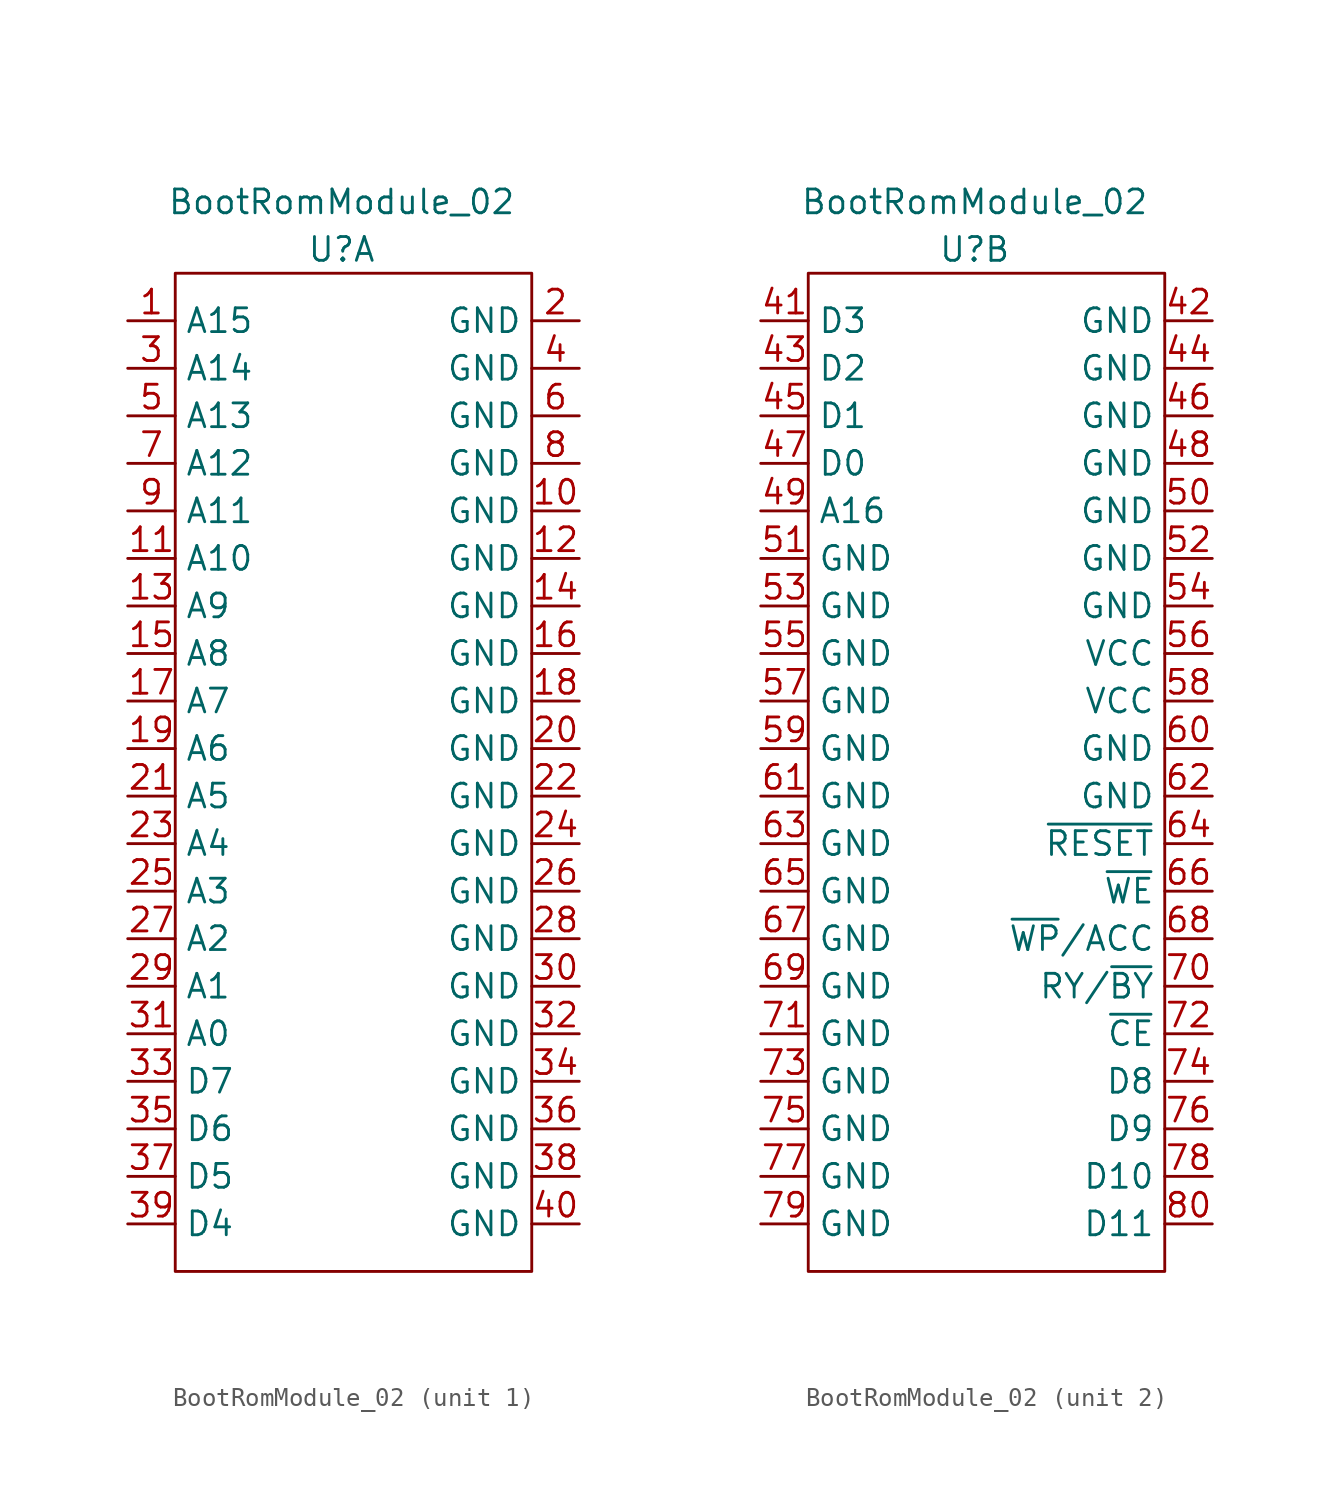
<source format=kicad_sym>
(kicad_symbol_lib
  (version 20220914)
  (generator kicad_symbol_editor)
  (symbol "BootRomModule_02"
    (property "Reference" "U"
      (at 0 34.29 0)
      (effects (font (size 1.27 1.27))))
    (property "Value" "BootRomModule_02"
      (at 0 36.83 0)
      (effects (font (size 1.27 1.27))))
    (property "ki_locked" ""
      (at 0 0 0)
      (effects (font (size 1.27 1.27))))
    (symbol "BootRomModule_02_0_1"
      (rectangle (start -8.89 33.02) (end 10.16 -20.32) (stroke (width 0) (type default)) (fill (type none))))
    (symbol "BootRomModule_02_1_1"
      (pin input line (at -11.43 30.48 0) (length 2.54) (name "A15" (effects (font (size 1.27 1.27)))) (number "1" (effects (font (size 1.27 1.27)))))
      (pin input line (at 12.7 20.32 180) (length 2.54) (name "GND" (effects (font (size 1.27 1.27)))) (number "10" (effects (font (size 1.27 1.27)))))
      (pin input line (at -11.43 17.78 0) (length 2.54) (name "A10" (effects (font (size 1.27 1.27)))) (number "11" (effects (font (size 1.27 1.27)))))
      (pin input line (at 12.7 17.78 180) (length 2.54) (name "GND" (effects (font (size 1.27 1.27)))) (number "12" (effects (font (size 1.27 1.27)))))
      (pin input line (at -11.43 15.24 0) (length 2.54) (name "A9" (effects (font (size 1.27 1.27)))) (number "13" (effects (font (size 1.27 1.27)))))
      (pin input line (at 12.7 15.24 180) (length 2.54) (name "GND" (effects (font (size 1.27 1.27)))) (number "14" (effects (font (size 1.27 1.27)))))
      (pin input line (at -11.43 12.7 0) (length 2.54) (name "A8" (effects (font (size 1.27 1.27)))) (number "15" (effects (font (size 1.27 1.27)))))
      (pin input line (at 12.7 12.7 180) (length 2.54) (name "GND" (effects (font (size 1.27 1.27)))) (number "16" (effects (font (size 1.27 1.27)))))
      (pin input line (at -11.43 10.16 0) (length 2.54) (name "A7" (effects (font (size 1.27 1.27)))) (number "17" (effects (font (size 1.27 1.27)))))
      (pin input line (at 12.7 10.16 180) (length 2.54) (name "GND" (effects (font (size 1.27 1.27)))) (number "18" (effects (font (size 1.27 1.27)))))
      (pin input line (at -11.43 7.62 0) (length 2.54) (name "A6" (effects (font (size 1.27 1.27)))) (number "19" (effects (font (size 1.27 1.27)))))
      (pin input line (at 12.7 30.48 180) (length 2.54) (name "GND" (effects (font (size 1.27 1.27)))) (number "2" (effects (font (size 1.27 1.27)))))
      (pin input line (at 12.7 7.62 180) (length 2.54) (name "GND" (effects (font (size 1.27 1.27)))) (number "20" (effects (font (size 1.27 1.27)))))
      (pin input line (at -11.43 5.08 0) (length 2.54) (name "A5" (effects (font (size 1.27 1.27)))) (number "21" (effects (font (size 1.27 1.27)))))
      (pin input line (at 12.7 5.08 180) (length 2.54) (name "GND" (effects (font (size 1.27 1.27)))) (number "22" (effects (font (size 1.27 1.27)))))
      (pin input line (at -11.43 2.54 0) (length 2.54) (name "A4" (effects (font (size 1.27 1.27)))) (number "23" (effects (font (size 1.27 1.27)))))
      (pin input line (at 12.7 2.54 180) (length 2.54) (name "GND" (effects (font (size 1.27 1.27)))) (number "24" (effects (font (size 1.27 1.27)))))
      (pin input line (at -11.43 0 0) (length 2.54) (name "A3" (effects (font (size 1.27 1.27)))) (number "25" (effects (font (size 1.27 1.27)))))
      (pin input line (at 12.7 0 180) (length 2.54) (name "GND" (effects (font (size 1.27 1.27)))) (number "26" (effects (font (size 1.27 1.27)))))
      (pin input line (at -11.43 -2.54 0) (length 2.54) (name "A2" (effects (font (size 1.27 1.27)))) (number "27" (effects (font (size 1.27 1.27)))))
      (pin input line (at 12.7 -2.54 180) (length 2.54) (name "GND" (effects (font (size 1.27 1.27)))) (number "28" (effects (font (size 1.27 1.27)))))
      (pin input line (at -11.43 -5.08 0) (length 2.54) (name "A1" (effects (font (size 1.27 1.27)))) (number "29" (effects (font (size 1.27 1.27)))))
      (pin input line (at -11.43 27.94 0) (length 2.54) (name "A14" (effects (font (size 1.27 1.27)))) (number "3" (effects (font (size 1.27 1.27)))))
      (pin input line (at 12.7 -5.08 180) (length 2.54) (name "GND" (effects (font (size 1.27 1.27)))) (number "30" (effects (font (size 1.27 1.27)))))
      (pin input line (at -11.43 -7.62 0) (length 2.54) (name "A0" (effects (font (size 1.27 1.27)))) (number "31" (effects (font (size 1.27 1.27)))))
      (pin input line (at 12.7 -7.62 180) (length 2.54) (name "GND" (effects (font (size 1.27 1.27)))) (number "32" (effects (font (size 1.27 1.27)))))
      (pin input line (at -11.43 -10.16 0) (length 2.54) (name "D7" (effects (font (size 1.27 1.27)))) (number "33" (effects (font (size 1.27 1.27)))))
      (pin input line (at 12.7 -10.16 180) (length 2.54) (name "GND" (effects (font (size 1.27 1.27)))) (number "34" (effects (font (size 1.27 1.27)))))
      (pin input line (at -11.43 -12.7 0) (length 2.54) (name "D6" (effects (font (size 1.27 1.27)))) (number "35" (effects (font (size 1.27 1.27)))))
      (pin input line (at 12.7 -12.7 180) (length 2.54) (name "GND" (effects (font (size 1.27 1.27)))) (number "36" (effects (font (size 1.27 1.27)))))
      (pin input line (at -11.43 -15.24 0) (length 2.54) (name "D5" (effects (font (size 1.27 1.27)))) (number "37" (effects (font (size 1.27 1.27)))))
      (pin input line (at 12.7 -15.24 180) (length 2.54) (name "GND" (effects (font (size 1.27 1.27)))) (number "38" (effects (font (size 1.27 1.27)))))
      (pin input line (at -11.43 -17.78 0) (length 2.54) (name "D4" (effects (font (size 1.27 1.27)))) (number "39" (effects (font (size 1.27 1.27)))))
      (pin input line (at 12.7 27.94 180) (length 2.54) (name "GND" (effects (font (size 1.27 1.27)))) (number "4" (effects (font (size 1.27 1.27)))))
      (pin input line (at 12.7 -17.78 180) (length 2.54) (name "GND" (effects (font (size 1.27 1.27)))) (number "40" (effects (font (size 1.27 1.27)))))
      (pin input line (at -11.43 25.4 0) (length 2.54) (name "A13" (effects (font (size 1.27 1.27)))) (number "5" (effects (font (size 1.27 1.27)))))
      (pin input line (at 12.7 25.4 180) (length 2.54) (name "GND" (effects (font (size 1.27 1.27)))) (number "6" (effects (font (size 1.27 1.27)))))
      (pin input line (at -11.43 22.86 0) (length 2.54) (name "A12" (effects (font (size 1.27 1.27)))) (number "7" (effects (font (size 1.27 1.27)))))
      (pin input line (at 12.7 22.86 180) (length 2.54) (name "GND" (effects (font (size 1.27 1.27)))) (number "8" (effects (font (size 1.27 1.27)))))
      (pin input line (at -11.43 20.32 0) (length 2.54) (name "A11" (effects (font (size 1.27 1.27)))) (number "9" (effects (font (size 1.27 1.27))))))
    (symbol "BootRomModule_02_2_1"
      (pin input line (at -11.43 30.48 0) (length 2.54) (name "D3" (effects (font (size 1.27 1.27)))) (number "41" (effects (font (size 1.27 1.27)))))
      (pin input line (at 12.7 30.48 180) (length 2.54) (name "GND" (effects (font (size 1.27 1.27)))) (number "42" (effects (font (size 1.27 1.27)))))
      (pin input line (at -11.43 27.94 0) (length 2.54) (name "D2" (effects (font (size 1.27 1.27)))) (number "43" (effects (font (size 1.27 1.27)))))
      (pin input line (at 12.7 27.94 180) (length 2.54) (name "GND" (effects (font (size 1.27 1.27)))) (number "44" (effects (font (size 1.27 1.27)))))
      (pin input line (at -11.43 25.4 0) (length 2.54) (name "D1" (effects (font (size 1.27 1.27)))) (number "45" (effects (font (size 1.27 1.27)))))
      (pin input line (at 12.7 25.4 180) (length 2.54) (name "GND" (effects (font (size 1.27 1.27)))) (number "46" (effects (font (size 1.27 1.27)))))
      (pin input line (at -11.43 22.86 0) (length 2.54) (name "D0" (effects (font (size 1.27 1.27)))) (number "47" (effects (font (size 1.27 1.27)))))
      (pin input line (at 12.7 22.86 180) (length 2.54) (name "GND" (effects (font (size 1.27 1.27)))) (number "48" (effects (font (size 1.27 1.27)))))
      (pin input line (at -11.43 20.32 0) (length 2.54) (name "A16" (effects (font (size 1.27 1.27)))) (number "49" (effects (font (size 1.27 1.27)))))
      (pin input line (at 12.7 20.32 180) (length 2.54) (name "GND" (effects (font (size 1.27 1.27)))) (number "50" (effects (font (size 1.27 1.27)))))
      (pin input line (at -11.43 17.78 0) (length 2.54) (name "GND" (effects (font (size 1.27 1.27)))) (number "51" (effects (font (size 1.27 1.27)))))
      (pin input line (at 12.7 17.78 180) (length 2.54) (name "GND" (effects (font (size 1.27 1.27)))) (number "52" (effects (font (size 1.27 1.27)))))
      (pin input line (at -11.43 15.24 0) (length 2.54) (name "GND" (effects (font (size 1.27 1.27)))) (number "53" (effects (font (size 1.27 1.27)))))
      (pin input line (at 12.7 15.24 180) (length 2.54) (name "GND" (effects (font (size 1.27 1.27)))) (number "54" (effects (font (size 1.27 1.27)))))
      (pin input line (at -11.43 12.7 0) (length 2.54) (name "GND" (effects (font (size 1.27 1.27)))) (number "55" (effects (font (size 1.27 1.27)))))
      (pin input line (at 12.7 12.7 180) (length 2.54) (name "VCC" (effects (font (size 1.27 1.27)))) (number "56" (effects (font (size 1.27 1.27)))))
      (pin input line (at -11.43 10.16 0) (length 2.54) (name "GND" (effects (font (size 1.27 1.27)))) (number "57" (effects (font (size 1.27 1.27)))))
      (pin input line (at 12.7 10.16 180) (length 2.54) (name "VCC" (effects (font (size 1.27 1.27)))) (number "58" (effects (font (size 1.27 1.27)))))
      (pin input line (at -11.43 7.62 0) (length 2.54) (name "GND" (effects (font (size 1.27 1.27)))) (number "59" (effects (font (size 1.27 1.27)))))
      (pin input line (at 12.7 7.62 180) (length 2.54) (name "GND" (effects (font (size 1.27 1.27)))) (number "60" (effects (font (size 1.27 1.27)))))
      (pin input line (at -11.43 5.08 0) (length 2.54) (name "GND" (effects (font (size 1.27 1.27)))) (number "61" (effects (font (size 1.27 1.27)))))
      (pin input line (at 12.7 5.08 180) (length 2.54) (name "GND" (effects (font (size 1.27 1.27)))) (number "62" (effects (font (size 1.27 1.27)))))
      (pin input line (at -11.43 2.54 0) (length 2.54) (name "GND" (effects (font (size 1.27 1.27)))) (number "63" (effects (font (size 1.27 1.27)))))
      (pin input line (at 12.7 2.54 180) (length 2.54) (name "~{RESET}" (effects (font (size 1.27 1.27)))) (number "64" (effects (font (size 1.27 1.27)))))
      (pin input line (at -11.43 0 0) (length 2.54) (name "GND" (effects (font (size 1.27 1.27)))) (number "65" (effects (font (size 1.27 1.27)))))
      (pin input line (at 12.7 0 180) (length 2.54) (name "~{WE}" (effects (font (size 1.27 1.27)))) (number "66" (effects (font (size 1.27 1.27)))))
      (pin input line (at -11.43 -2.54 0) (length 2.54) (name "GND" (effects (font (size 1.27 1.27)))) (number "67" (effects (font (size 1.27 1.27)))))
      (pin input line (at 12.7 -2.54 180) (length 2.54) (name "~{WP}/ACC" (effects (font (size 1.27 1.27)))) (number "68" (effects (font (size 1.27 1.27)))))
      (pin input line (at -11.43 -5.08 0) (length 2.54) (name "GND" (effects (font (size 1.27 1.27)))) (number "69" (effects (font (size 1.27 1.27)))))
      (pin input line (at 12.7 -5.08 180) (length 2.54) (name "RY/~{BY}" (effects (font (size 1.27 1.27)))) (number "70" (effects (font (size 1.27 1.27)))))
      (pin input line (at -11.43 -7.62 0) (length 2.54) (name "GND" (effects (font (size 1.27 1.27)))) (number "71" (effects (font (size 1.27 1.27)))))
      (pin input line (at 12.7 -7.62 180) (length 2.54) (name "~{CE}" (effects (font (size 1.27 1.27)))) (number "72" (effects (font (size 1.27 1.27)))))
      (pin input line (at -11.43 -10.16 0) (length 2.54) (name "GND" (effects (font (size 1.27 1.27)))) (number "73" (effects (font (size 1.27 1.27)))))
      (pin input line (at 12.7 -10.16 180) (length 2.54) (name "D8" (effects (font (size 1.27 1.27)))) (number "74" (effects (font (size 1.27 1.27)))))
      (pin input line (at -11.43 -12.7 0) (length 2.54) (name "GND" (effects (font (size 1.27 1.27)))) (number "75" (effects (font (size 1.27 1.27)))))
      (pin input line (at 12.7 -12.7 180) (length 2.54) (name "D9" (effects (font (size 1.27 1.27)))) (number "76" (effects (font (size 1.27 1.27)))))
      (pin input line (at -11.43 -15.24 0) (length 2.54) (name "GND" (effects (font (size 1.27 1.27)))) (number "77" (effects (font (size 1.27 1.27)))))
      (pin input line (at 12.7 -15.24 180) (length 2.54) (name "D10" (effects (font (size 1.27 1.27)))) (number "78" (effects (font (size 1.27 1.27)))))
      (pin input line (at -11.43 -17.78 0) (length 2.54) (name "GND" (effects (font (size 1.27 1.27)))) (number "79" (effects (font (size 1.27 1.27)))))
      (pin input line (at 12.7 -17.78 180) (length 2.54) (name "D11" (effects (font (size 1.27 1.27)))) (number "80" (effects (font (size 1.27 1.27))))))))
</source>
